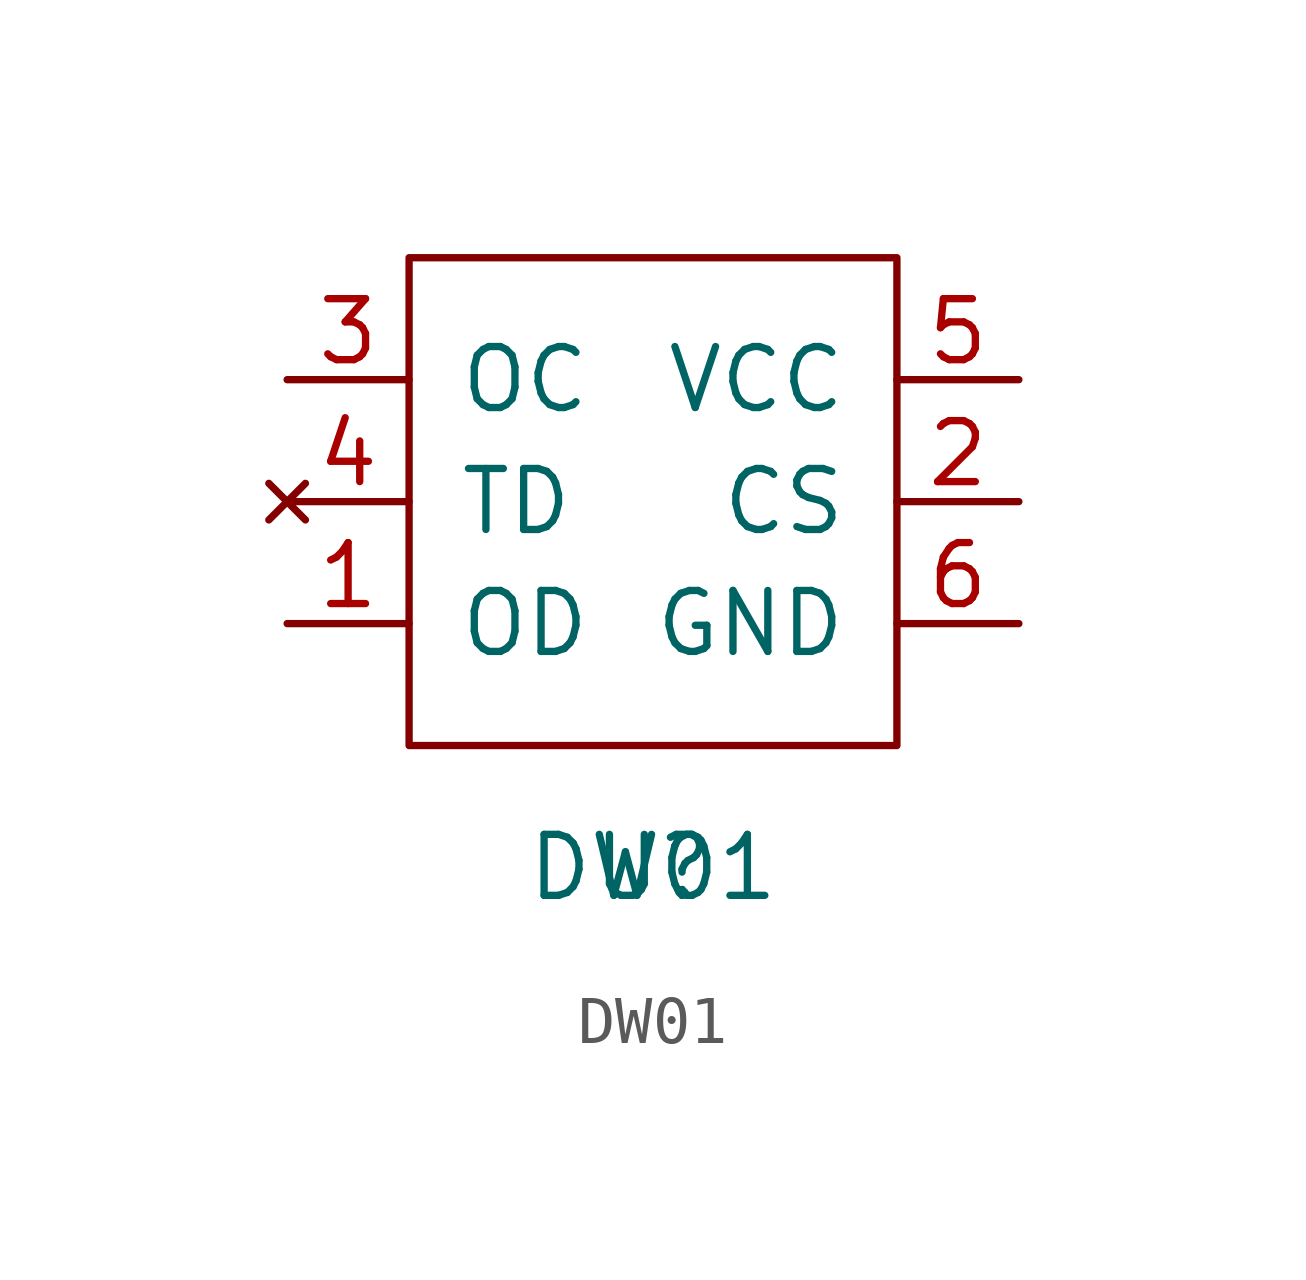
<source format=kicad_sym>
(kicad_symbol_lib
  (version 20220914)
  (generator kicad_symbol_editor)
  (symbol "DW01"
    (pin_names
      (offset 1.016))
    (property "Reference" "U"
      (at 0 0 0)
      (effects (font (size 1.27 1.27))))
    (property "Value" "DW01"
      (at 0 0 0)
      (effects (font (size 1.27 1.27))))
    (symbol "DW01_0_1"
      (rectangle (start -5.08 12.7) (end 5.08 2.54) (stroke (width 0) (type solid)) (fill (type none))))
    (symbol "DW01_1_1"
      (pin output line (at -7.62 5.08 0) (length 2.54) (name "OD" (effects (font (size 1.27 1.27)))) (number "1" (effects (font (size 1.27 1.27)))))
      (pin input line (at 7.62 7.62 180) (length 2.54) (name "CS" (effects (font (size 1.27 1.27)))) (number "2" (effects (font (size 1.27 1.27)))))
      (pin output line (at -7.62 10.16 0) (length 2.54) (name "OC" (effects (font (size 1.27 1.27)))) (number "3" (effects (font (size 1.27 1.27)))))
      (pin no_connect line (at -7.62 7.62 0) (length 2.54) (name "TD" (effects (font (size 1.27 1.27)))) (number "4" (effects (font (size 1.27 1.27)))))
      (pin power_in line (at 7.62 10.16 180) (length 2.54) (name "VCC" (effects (font (size 1.27 1.27)))) (number "5" (effects (font (size 1.27 1.27)))))
      (pin power_in line (at 7.62 5.08 180) (length 2.54) (name "GND" (effects (font (size 1.27 1.27)))) (number "6" (effects (font (size 1.27 1.27))))))))
</source>
